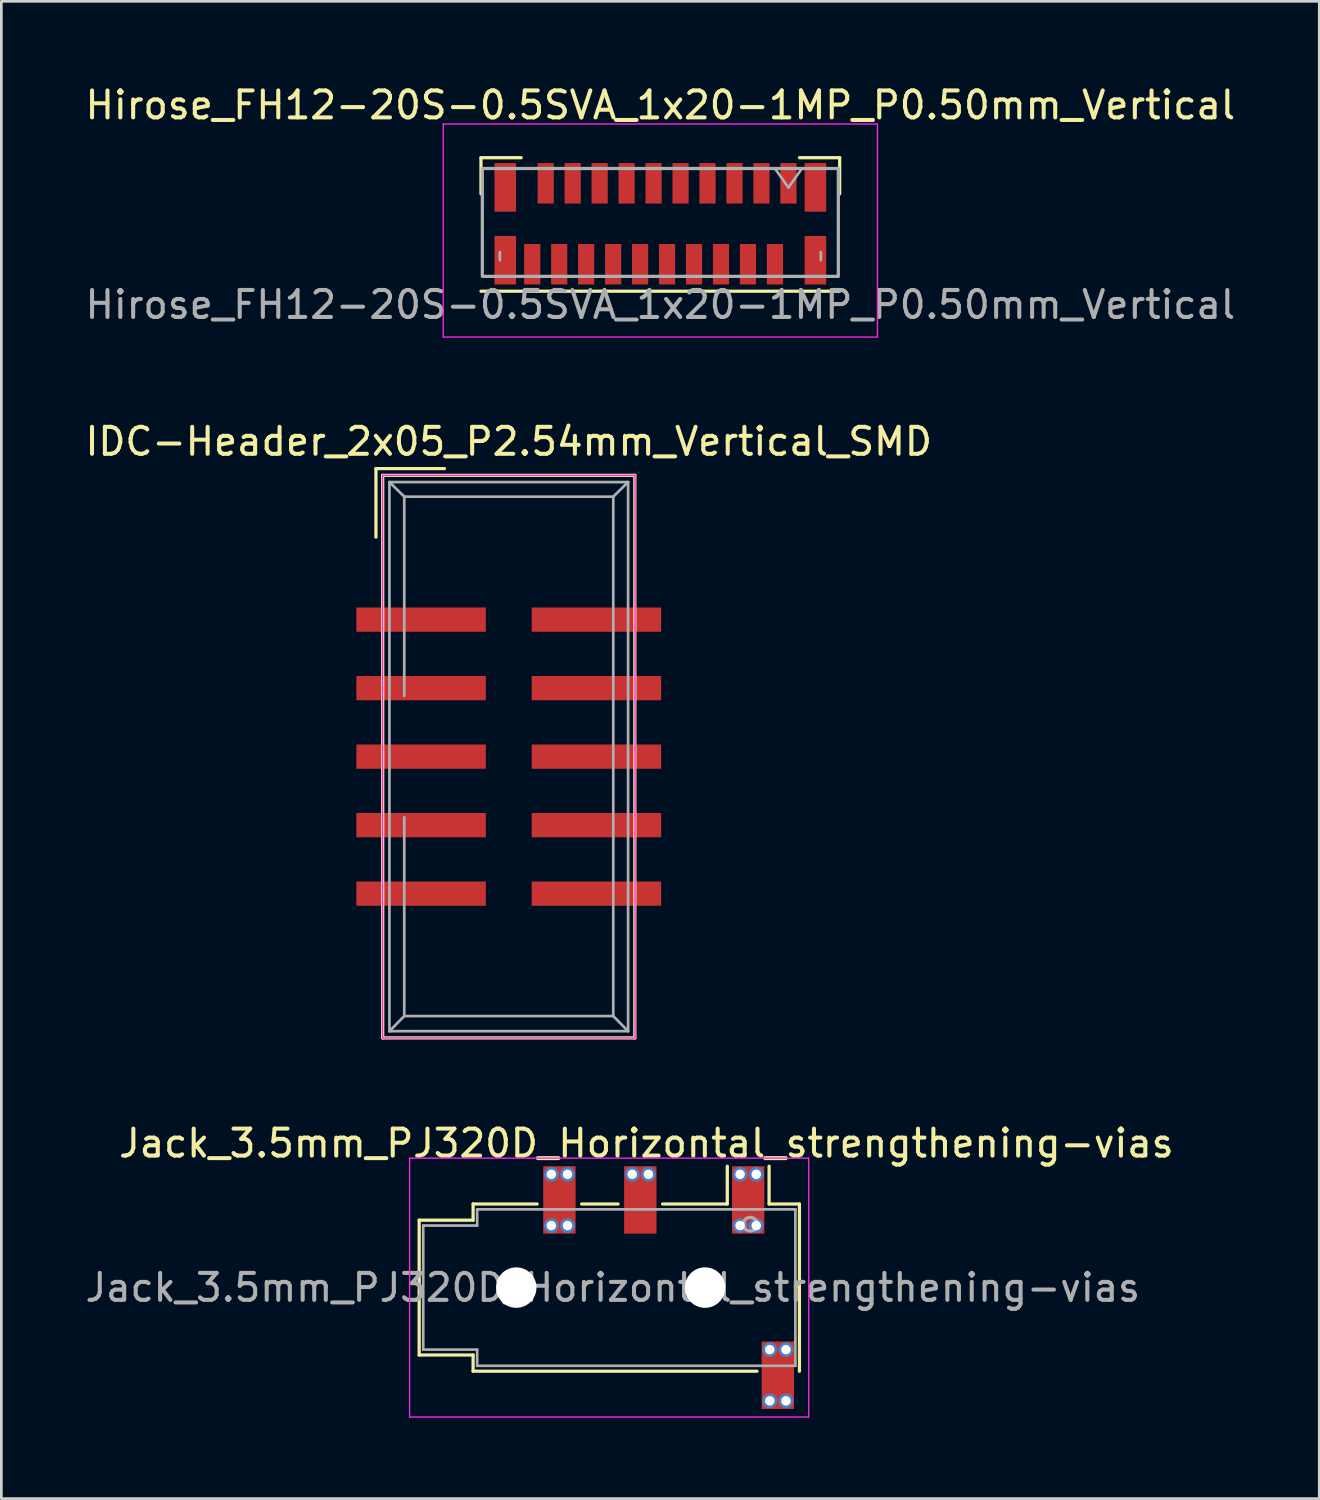
<source format=kicad_pcb>
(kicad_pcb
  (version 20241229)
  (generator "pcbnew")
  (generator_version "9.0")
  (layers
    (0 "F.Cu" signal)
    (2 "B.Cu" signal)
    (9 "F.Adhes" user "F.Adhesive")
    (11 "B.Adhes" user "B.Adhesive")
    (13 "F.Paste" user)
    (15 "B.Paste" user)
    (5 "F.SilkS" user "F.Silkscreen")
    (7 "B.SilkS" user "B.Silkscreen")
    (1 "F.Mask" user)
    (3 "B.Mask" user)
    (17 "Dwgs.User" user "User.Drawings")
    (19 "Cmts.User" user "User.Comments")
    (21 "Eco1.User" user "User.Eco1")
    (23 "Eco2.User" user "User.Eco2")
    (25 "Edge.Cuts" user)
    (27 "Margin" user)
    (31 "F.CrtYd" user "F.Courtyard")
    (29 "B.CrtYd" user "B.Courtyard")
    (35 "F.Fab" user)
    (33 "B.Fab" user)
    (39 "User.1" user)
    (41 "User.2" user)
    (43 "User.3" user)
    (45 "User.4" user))
  (footprint "Hirose_FH12-20S-0.5SVA_1x20-1MP_P0.50mm_Vertical"
    (layer "F.Cu")
    (at 21.435 4.548)
    (property "Reference" "Hirose_FH12-20S-0.5SVA_1x20-1MP_P0.50mm_Vertical" (at 0 -3.7 0) (layer "F.SilkS") (effects (font (size 1 1) (thickness 0.15))))
    (attr smd)
    (fp_line (start -6.65 -1.75) (end -6.65 -0.41) (stroke (width 0.12) (type solid)) (layer "F.SilkS"))
    (fp_line (start -6.65 3.2) (end 6.65 3.2) (stroke (width 0.12) (type solid)) (layer "F.SilkS"))
    (fp_line (start -5.16 -1.75) (end -6.65 -1.75) (stroke (width 0.12) (type solid)) (layer "F.SilkS"))
    (fp_line (start 5.16 -1.75) (end 6.65 -1.75) (stroke (width 0.12) (type solid)) (layer "F.SilkS"))
    (fp_line (start 6.65 -1.75) (end 6.65 -0.41) (stroke (width 0.12) (type solid)) (layer "F.SilkS"))
    (fp_line (start -8.05 -3) (end -8.05 4.9) (stroke (width 0.05) (type solid)) (layer "F.CrtYd"))
    (fp_line (start -8.05 4.9) (end 8.05 4.9) (stroke (width 0.05) (type solid)) (layer "F.CrtYd"))
    (fp_line (start 8.05 -3) (end -8.05 -3) (stroke (width 0.05) (type solid)) (layer "F.CrtYd"))
    (fp_line (start 8.05 4.9) (end 8.05 -3) (stroke (width 0.05) (type solid)) (layer "F.CrtYd"))
    (fp_line (start -5.95 1.75) (end -5.95 2.05) (stroke (width 0.1) (type solid)) (layer "F.Fab"))
    (fp_line (start 4.25 -1.35) (end 4.75 -0.643) (stroke (width 0.1) (type solid)) (layer "F.Fab"))
    (fp_line (start 4.75 -0.643) (end 5.25 -1.35) (stroke (width 0.1) (type solid)) (layer "F.Fab"))
    (fp_line (start 5.95 1.75) (end 5.95 2.05) (stroke (width 0.1) (type solid)) (layer "F.Fab"))
    (fp_rect (start -6.6 2.65) (end 6.6 -1.35) (stroke (width 0.12) (type solid)) (fill no) (layer "F.Fab"))
    (fp_text user "${REFERENCE}" (at 0 3.7 0) (layer "F.Fab") (effects (font (size 1 1) (thickness 0.15))))
    (pad "1" smd rect (at 4.75 -0.8 180) (size 0.6 1.5) (layers "F.Cu" "F.Mask" "F.Paste"))
    (pad "2" smd rect (at 4.25 2.2 180) (size 0.6 1.5) (layers "F.Cu" "F.Mask" "F.Paste"))
    (pad "3" smd rect (at 3.75 -0.8 180) (size 0.6 1.5) (layers "F.Cu" "F.Mask" "F.Paste"))
    (pad "4" smd rect (at 3.25 2.2 180) (size 0.6 1.5) (layers "F.Cu" "F.Mask" "F.Paste"))
    (pad "5" smd rect (at 2.75 -0.8 180) (size 0.6 1.5) (layers "F.Cu" "F.Mask" "F.Paste"))
    (pad "6" smd rect (at 2.25 2.2 180) (size 0.6 1.5) (layers "F.Cu" "F.Mask" "F.Paste"))
    (pad "7" smd rect (at 1.75 -0.8 180) (size 0.6 1.5) (layers "F.Cu" "F.Mask" "F.Paste"))
    (pad "8" smd rect (at 1.25 2.2 180) (size 0.6 1.5) (layers "F.Cu" "F.Mask" "F.Paste"))
    (pad "9" smd rect (at 0.75 -0.8 180) (size 0.6 1.5) (layers "F.Cu" "F.Mask" "F.Paste"))
    (pad "10" smd rect (at 0.25 2.2 180) (size 0.6 1.5) (layers "F.Cu" "F.Mask" "F.Paste"))
    (pad "11" smd rect (at -0.25 -0.8 180) (size 0.6 1.5) (layers "F.Cu" "F.Mask" "F.Paste"))
    (pad "12" smd rect (at -0.75 2.2 180) (size 0.6 1.5) (layers "F.Cu" "F.Mask" "F.Paste"))
    (pad "13" smd rect (at -1.25 -0.8 180) (size 0.6 1.5) (layers "F.Cu" "F.Mask" "F.Paste"))
    (pad "14" smd rect (at -1.75 2.2 180) (size 0.6 1.5) (layers "F.Cu" "F.Mask" "F.Paste"))
    (pad "15" smd rect (at -2.25 -0.8 180) (size 0.6 1.5) (layers "F.Cu" "F.Mask" "F.Paste"))
    (pad "16" smd rect (at -2.75 2.2 180) (size 0.6 1.5) (layers "F.Cu" "F.Mask" "F.Paste"))
    (pad "17" smd rect (at -3.25 -0.8 180) (size 0.6 1.5) (layers "F.Cu" "F.Mask" "F.Paste"))
    (pad "18" smd rect (at -3.75 2.2 180) (size 0.6 1.5) (layers "F.Cu" "F.Mask" "F.Paste"))
    (pad "19" smd rect (at -4.25 -0.8 180) (size 0.6 1.5) (layers "F.Cu" "F.Mask" "F.Paste"))
    (pad "20" smd rect (at -4.75 2.2 180) (size 0.6 1.5) (layers "F.Cu" "F.Mask" "F.Paste"))
    (pad "MP" smd rect (at -5.75 -0.65) (size 0.8 1.8) (layers "F.Cu" "F.Mask" "F.Paste"))
    (pad "MP" smd rect (at -5.75 2.05) (size 0.8 1.8) (layers "F.Cu" "F.Mask" "F.Paste"))
    (pad "MP" smd rect (at 5.75 -0.65) (size 0.8 1.8) (layers "F.Cu" "F.Mask" "F.Paste"))
    (pad "MP" smd rect (at 5.75 2.05) (size 0.8 1.8) (layers "F.Cu" "F.Mask" "F.Paste")))
  (footprint "IDC-Header_2x05_P2.54mm_Vertical_SMD"
    (layer "F.Cu")
    (at 15.815 25.006)
    (property "Reference" "IDC-Header_2x05_P2.54mm_Vertical_SMD" (at 0 -11.684 0) (layer "F.SilkS") (effects (font (size 1 1) (thickness 0.15))))
    (attr through_hole)
    (fp_line (start -4.925 -10.68) (end -4.925 -8.14) (stroke (width 0.12) (type solid)) (layer "F.SilkS"))
    (fp_line (start -4.925 -10.68) (end -2.385 -10.68) (stroke (width 0.12) (type solid)) (layer "F.SilkS"))
    (fp_line (start -4.675 -10.43) (end 4.675 -10.43) (stroke (width 0.12) (type solid)) (layer "F.SilkS"))
    (fp_line (start -4.675 10.43) (end -4.675 -10.43) (stroke (width 0.12) (type solid)) (layer "F.SilkS"))
    (fp_line (start 4.675 -10.43) (end 4.675 10.43) (stroke (width 0.12) (type solid)) (layer "F.SilkS"))
    (fp_line (start 4.675 10.43) (end -4.675 10.43) (stroke (width 0.12) (type solid)) (layer "F.SilkS"))
    (fp_line (start -4.68 -10.43) (end 4.68 -10.43) (stroke (width 0.05) (type solid)) (layer "F.CrtYd"))
    (fp_line (start -4.68 10.43) (end -4.68 -10.43) (stroke (width 0.05) (type solid)) (layer "F.CrtYd"))
    (fp_line (start 4.68 -10.43) (end 4.68 10.43) (stroke (width 0.05) (type solid)) (layer "F.CrtYd"))
    (fp_line (start 4.68 10.43) (end -4.68 10.43) (stroke (width 0.05) (type solid)) (layer "F.CrtYd"))
    (fp_line (start -4.425 -10.18) (end -4.425 10.18) (stroke (width 0.1) (type solid)) (layer "F.Fab"))
    (fp_line (start -4.425 -10.18) (end -3.875 -9.64) (stroke (width 0.1) (type solid)) (layer "F.Fab"))
    (fp_line (start -4.425 10.18) (end -3.875 9.62) (stroke (width 0.1) (type solid)) (layer "F.Fab"))
    (fp_line (start -3.875 -9.64) (end -3.875 -2.25) (stroke (width 0.1) (type solid)) (layer "F.Fab"))
    (fp_line (start -3.875 2.25) (end -3.875 9.62) (stroke (width 0.1) (type solid)) (layer "F.Fab"))
    (fp_line (start 3.875 -9.64) (end -3.875 -9.64) (stroke (width 0.1) (type solid)) (layer "F.Fab"))
    (fp_line (start 3.875 -9.64) (end 3.875 9.62) (stroke (width 0.1) (type solid)) (layer "F.Fab"))
    (fp_line (start 3.875 9.62) (end -3.875 9.62) (stroke (width 0.1) (type solid)) (layer "F.Fab"))
    (fp_line (start 4.425 -10.18) (end -4.425 -10.18) (stroke (width 0.1) (type solid)) (layer "F.Fab"))
    (fp_line (start 4.425 -10.18) (end 3.875 -9.64) (stroke (width 0.1) (type solid)) (layer "F.Fab"))
    (fp_line (start 4.425 -10.18) (end 4.425 10.18) (stroke (width 0.1) (type solid)) (layer "F.Fab"))
    (fp_line (start 4.425 10.18) (end -4.425 10.18) (stroke (width 0.1) (type solid)) (layer "F.Fab"))
    (fp_line (start 4.425 10.18) (end 3.875 9.62) (stroke (width 0.1) (type solid)) (layer "F.Fab"))
    (pad "1" smd rect (at -3.25 -5.08) (size 4.8 0.9) (layers "F.Cu" "F.Mask" "F.Paste"))
    (pad "2" smd rect (at 3.25 -5.08) (size 4.8 0.9) (layers "F.Cu" "F.Mask" "F.Paste"))
    (pad "3" smd rect (at -3.25 -2.54) (size 4.8 0.9) (layers "F.Cu" "F.Mask" "F.Paste"))
    (pad "4" smd rect (at 3.25 -2.54) (size 4.8 0.9) (layers "F.Cu" "F.Mask" "F.Paste"))
    (pad "5" smd rect (at -3.25 0) (size 4.8 0.9) (layers "F.Cu" "F.Mask" "F.Paste"))
    (pad "6" smd rect (at 3.25 0) (size 4.8 0.9) (layers "F.Cu" "F.Mask" "F.Paste"))
    (pad "7" smd rect (at -3.25 2.54) (size 4.8 0.9) (layers "F.Cu" "F.Mask" "F.Paste"))
    (pad "8" smd rect (at 3.25 2.54) (size 4.8 0.9) (layers "F.Cu" "F.Mask" "F.Paste"))
    (pad "9" smd rect (at -3.25 5.08) (size 4.8 0.9) (layers "F.Cu" "F.Mask" "F.Paste"))
    (pad "10" smd rect (at 3.25 5.08) (size 4.8 0.9) (layers "F.Cu" "F.Mask" "F.Paste")))
  (footprint "Jack_3.5mm_PJ320D_Horizontal_strengthening-vias"
    (layer "F.Cu")
    (at 20.868 44.694)
    (property "Reference" "Jack_3.5mm_PJ320D_Horizontal_strengthening-vias" (at 0.05 -5.35 0) (layer "F.SilkS") (effects (font (size 1 1) (thickness 0.15))))
    (attr smd)
    (fp_line (start -8.375 -2.5) (end -8.375 2.5) (stroke (width 0.12) (type solid)) (layer "F.SilkS"))
    (fp_line (start -6.375 -3.1) (end -6.375 -2.5) (stroke (width 0.12) (type solid)) (layer "F.SilkS"))
    (fp_line (start -6.375 -3.1) (end -4 -3.1) (stroke (width 0.12) (type solid)) (layer "F.SilkS"))
    (fp_line (start -6.375 -2.5) (end -8.375 -2.5) (stroke (width 0.12) (type solid)) (layer "F.SilkS"))
    (fp_line (start -6.375 2.5) (end -8.375 2.5) (stroke (width 0.12) (type solid)) (layer "F.SilkS"))
    (fp_line (start -6.375 2.5) (end -6.375 3.1) (stroke (width 0.12) (type solid)) (layer "F.SilkS"))
    (fp_line (start -2.35 -3.1) (end -1 -3.1) (stroke (width 0.12) (type solid)) (layer "F.SilkS"))
    (fp_line (start 0.65 -3.1) (end 3.05 -3.1) (stroke (width 0.12) (type solid)) (layer "F.SilkS"))
    (fp_line (start 3.05 -3.1) (end 3.05 -4.5) (stroke (width 0.12) (type solid)) (layer "F.SilkS"))
    (fp_line (start 4.15 3.1) (end -6.375 3.1) (stroke (width 0.12) (type solid)) (layer "F.SilkS"))
    (fp_line (start 4.6 -3.1) (end 4.6 -4.5) (stroke (width 0.12) (type solid)) (layer "F.SilkS"))
    (fp_line (start 4.6 -3.1) (end 5.725 -3.1) (stroke (width 0.12) (type solid)) (layer "F.SilkS"))
    (fp_line (start 5.725 3.1) (end 5.725 -3.1) (stroke (width 0.12) (type solid)) (layer "F.SilkS"))
    (fp_line (start -8.73 -4.8) (end 6.07 -4.8) (stroke (width 0.05) (type solid)) (layer "F.CrtYd"))
    (fp_line (start -8.73 4.8) (end -8.73 -4.8) (stroke (width 0.05) (type solid)) (layer "F.CrtYd"))
    (fp_line (start -8.73 4.8) (end 6.07 4.8) (stroke (width 0.05) (type solid)) (layer "F.CrtYd"))
    (fp_line (start 6.07 4.8) (end 6.07 -4.8) (stroke (width 0.05) (type solid)) (layer "F.CrtYd"))
    (fp_line (start -8.225 -2.3) (end -6.225 -2.3) (stroke (width 0.1) (type solid)) (layer "F.Fab"))
    (fp_line (start -8.225 2.3) (end -8.225 -2.3) (stroke (width 0.1) (type solid)) (layer "F.Fab"))
    (fp_line (start -6.225 -2.9) (end 5.575 -2.9) (stroke (width 0.1) (type solid)) (layer "F.Fab"))
    (fp_line (start -6.225 -2.3) (end -6.225 -2.9) (stroke (width 0.1) (type solid)) (layer "F.Fab"))
    (fp_line (start -6.225 2.3) (end -8.225 2.3) (stroke (width 0.1) (type solid)) (layer "F.Fab"))
    (fp_line (start -6.225 2.9) (end -6.225 2.3) (stroke (width 0.1) (type solid)) (layer "F.Fab"))
    (fp_line (start 5.575 -2.9) (end 5.575 2.9) (stroke (width 0.1) (type solid)) (layer "F.Fab"))
    (fp_line (start 5.575 2.9) (end -6.225 2.9) (stroke (width 0.1) (type solid)) (layer "F.Fab"))
    (fp_circle (center 3.9 -2.35) (end 3.95 -2.1) (stroke (width 0.12) (type solid)) (fill no) (layer "F.Fab"))
    (fp_text user "${REFERENCE}" (at -1.195 0 0) (layer "F.Fab") (effects (font (size 1 1) (thickness 0.15))))
    (pad "" np_thru_hole circle (at -4.775 0) (size 1.5 1.5) (drill 1.5) (layers "*.Cu" "*.Mask"))
    (pad "" np_thru_hole circle (at 2.225 0) (size 1.5 1.5) (drill 1.5) (layers "*.Cu" "*.Mask"))
    (pad "R1" thru_hole circle (at -0.475 -4.2) (size 0.55 0.55) (drill 0.35) (layers "*.Cu" "*.Mask"))
    (pad "R1" smd rect (at -0.175 -3.25) (size 1.2 2.5) (layers "F.Cu" "F.Mask" "F.Paste"))
    (pad "R1" thru_hole circle (at 0.125 -4.2) (size 0.55 0.55) (drill 0.35) (layers "*.Cu" "*.Mask"))
    (pad "R2" thru_hole circle (at -3.475 -4.2) (size 0.55 0.55) (drill 0.35) (layers "*.Cu" "*.Mask"))
    (pad "R2" thru_hole circle (at -3.475 -2.3) (size 0.55 0.55) (drill 0.35) (layers "*.Cu" "*.Mask"))
    (pad "R2" smd rect (at -3.175 -3.25) (size 1.2 2.5) (layers "F.Cu" "F.Mask" "F.Paste"))
    (pad "R2" thru_hole circle (at -2.875 -4.2) (size 0.55 0.55) (drill 0.35) (layers "*.Cu" "*.Mask"))
    (pad "R2" thru_hole circle (at -2.875 -2.3) (size 0.55 0.55) (drill 0.35) (layers "*.Cu" "*.Mask"))
    (pad "S" thru_hole circle (at 4.625 2.3) (size 0.55 0.55) (drill 0.35) (layers "*.Cu" "*.Mask"))
    (pad "S" thru_hole circle (at 4.625 4.2) (size 0.55 0.55) (drill 0.35) (layers "*.Cu" "*.Mask"))
    (pad "S" smd rect (at 4.925 3.25) (size 1.2 2.5) (layers "F.Cu" "F.Mask" "F.Paste"))
    (pad "S" thru_hole circle (at 5.225 2.3) (size 0.55 0.55) (drill 0.35) (layers "*.Cu" "*.Mask"))
    (pad "S" thru_hole circle (at 5.225 4.2) (size 0.55 0.55) (drill 0.35) (layers "*.Cu" "*.Mask"))
    (pad "T" thru_hole circle (at 3.525 -4.2) (size 0.55 0.55) (drill 0.35) (layers "*.Cu" "*.Mask"))
    (pad "T" thru_hole circle (at 3.525 -2.3) (size 0.55 0.55) (drill 0.35) (layers "*.Cu" "*.Mask"))
    (pad "T" smd rect (at 3.825 -3.25) (size 1.2 2.5) (layers "F.Cu" "F.Mask" "F.Paste"))
    (pad "T" thru_hole circle (at 4.125 -4.2) (size 0.55 0.55) (drill 0.35) (layers "*.Cu" "*.Mask"))
    (pad "T" thru_hole circle (at 4.125 -2.3) (size 0.55 0.55) (drill 0.35) (layers "*.Cu" "*.Mask")))
  (gr_rect
    (start -3 -3)
    (end 45.869 52.519)
    (stroke (width 0.1) (type default))
    (fill no)
    (layer "Edge.Cuts")))
</source>
